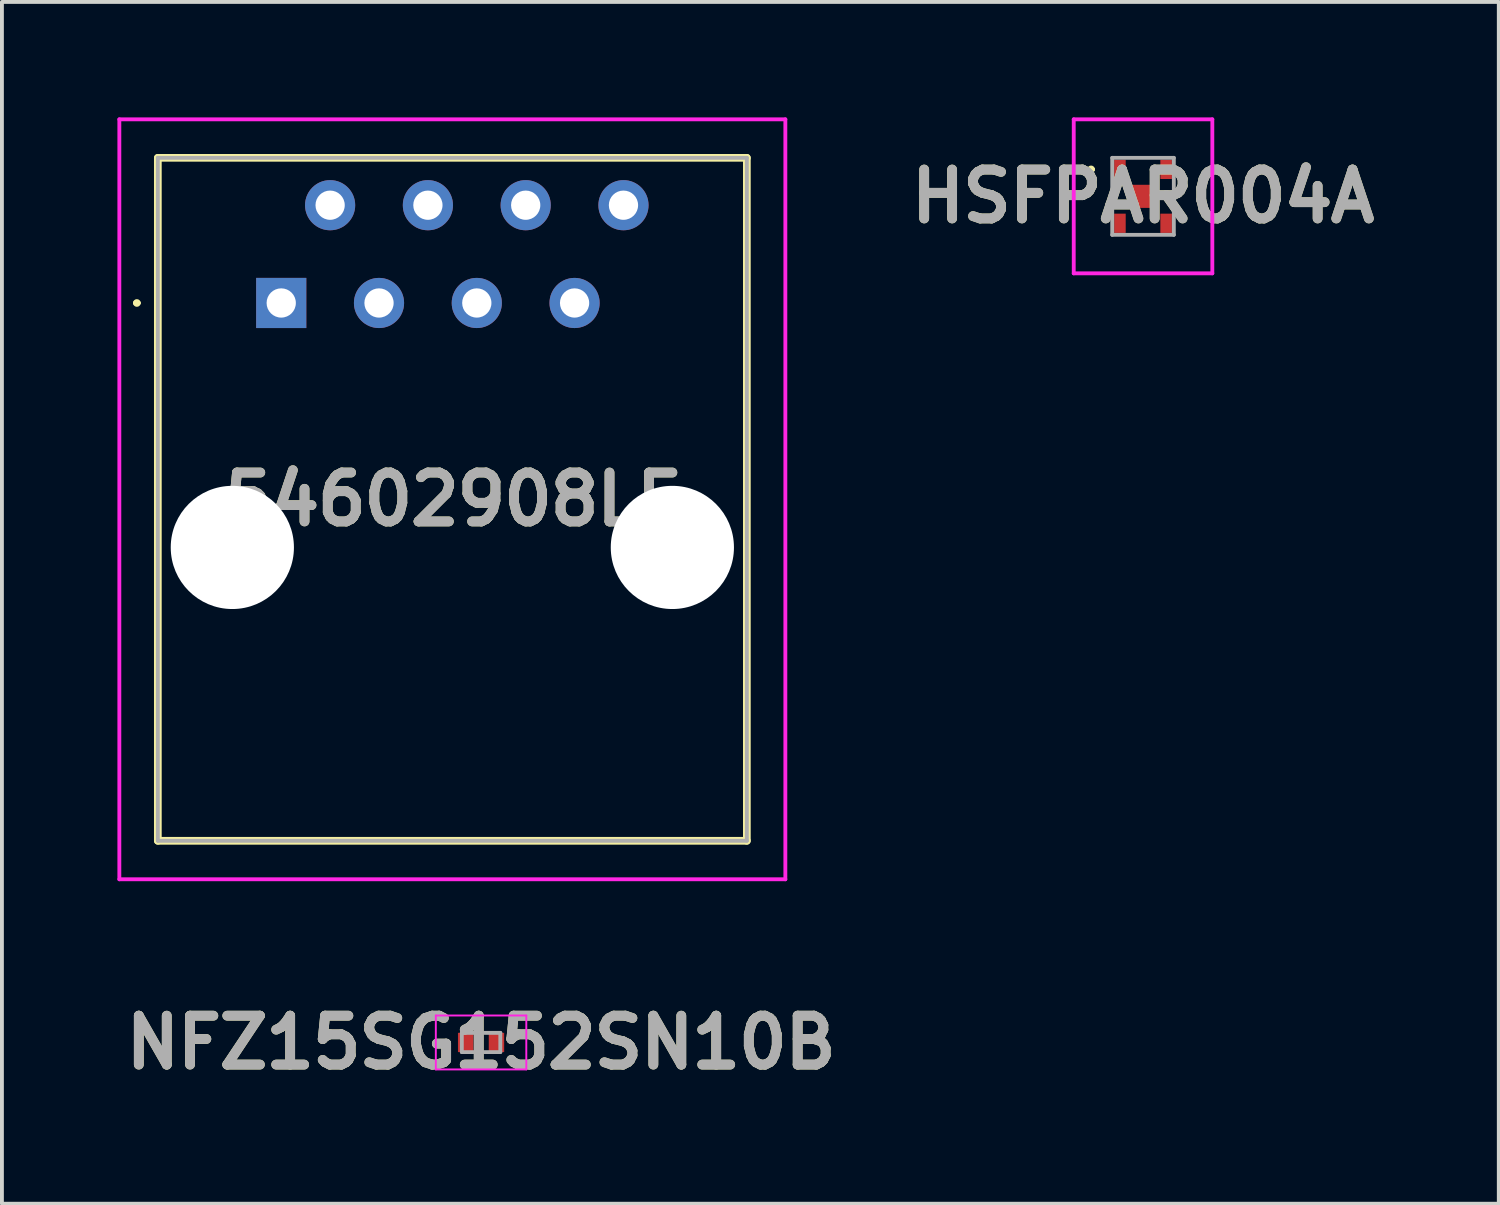
<source format=kicad_pcb>
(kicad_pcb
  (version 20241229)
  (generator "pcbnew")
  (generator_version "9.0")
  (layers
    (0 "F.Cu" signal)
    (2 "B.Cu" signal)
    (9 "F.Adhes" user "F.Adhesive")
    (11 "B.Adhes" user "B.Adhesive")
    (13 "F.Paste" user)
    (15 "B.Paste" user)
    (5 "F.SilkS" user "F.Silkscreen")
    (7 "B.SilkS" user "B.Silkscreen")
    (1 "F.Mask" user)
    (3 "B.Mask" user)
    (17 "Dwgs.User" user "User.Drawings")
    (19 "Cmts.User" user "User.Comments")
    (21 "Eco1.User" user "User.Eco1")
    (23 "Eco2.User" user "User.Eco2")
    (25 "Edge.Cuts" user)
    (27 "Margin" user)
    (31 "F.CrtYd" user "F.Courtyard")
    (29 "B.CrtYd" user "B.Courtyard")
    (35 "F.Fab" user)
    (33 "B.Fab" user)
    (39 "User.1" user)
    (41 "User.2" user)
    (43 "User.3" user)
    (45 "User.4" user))
  (footprint "NFZ15SG152SN10B"
    (layer "F.Cu")
    (at 9.446 24.029)
    (property "Reference" "NFZ15SG152SN10B" (at 0 0 0) (layer "F.SilkS") (effects (font (size 1.27 1.27) (thickness 0.254))))
    (attr smd)
    (fp_line (start 0 -0.15) (end 0 0.15) (stroke (width 0.05) (type solid)) (layer "F.SilkS"))
    (fp_line (start -1.175 -0.7) (end 1.175 -0.7) (stroke (width 0.05) (type solid)) (layer "F.CrtYd"))
    (fp_line (start -1.175 0.7) (end -1.175 -0.7) (stroke (width 0.05) (type solid)) (layer "F.CrtYd"))
    (fp_line (start 1.175 -0.7) (end 1.175 0.7) (stroke (width 0.05) (type solid)) (layer "F.CrtYd"))
    (fp_line (start 1.175 0.7) (end -1.175 0.7) (stroke (width 0.05) (type solid)) (layer "F.CrtYd"))
    (fp_line (start -0.5 -0.25) (end 0.5 -0.25) (stroke (width 0.1) (type solid)) (layer "F.Fab"))
    (fp_line (start -0.5 0.25) (end -0.5 -0.25) (stroke (width 0.1) (type solid)) (layer "F.Fab"))
    (fp_line (start 0.5 -0.25) (end 0.5 0.25) (stroke (width 0.1) (type solid)) (layer "F.Fab"))
    (fp_line (start 0.5 0.25) (end -0.5 0.25) (stroke (width 0.1) (type solid)) (layer "F.Fab"))
    (fp_text user "${REFERENCE}" (at 0 0 0) (layer "F.Fab") (effects (font (size 1.27 1.27) (thickness 0.254))))
    (pad "1" smd rect (at -0.4 0) (size 0.4 0.5) (layers "F.Cu" "F.Mask" "F.Paste"))
    (pad "2" smd rect (at 0.4 0) (size 0.4 0.5) (layers "F.Cu" "F.Mask" "F.Paste")))
  (footprint "HSFPAR004A"
    (layer "F.Cu")
    (at 26.641 2.05)
    (property "Reference" "HSFPAR004A" (at 0 0 0) (layer "F.SilkS") (effects (font (size 1.27 1.27) (thickness 0.254))))
    (attr smd)
    (fp_line (start -1.4 -0.7) (end -1.4 -0.7) (stroke (width 0.1) (type solid)) (layer "F.SilkS"))
    (fp_line (start -1.3 -0.7) (end -1.3 -0.7) (stroke (width 0.1) (type solid)) (layer "F.SilkS"))
    (fp_arc (start -1.4 -0.7) (mid -1.35 -0.75) (end -1.3 -0.7) (stroke (width 0.1) (type solid)) (layer "F.SilkS"))
    (fp_arc (start -1.3 -0.7) (mid -1.35 -0.65) (end -1.4 -0.7) (stroke (width 0.1) (type solid)) (layer "F.SilkS"))
    (fp_line (start -1.8 -2) (end 1.8 -2) (stroke (width 0.1) (type solid)) (layer "F.CrtYd"))
    (fp_line (start -1.8 2) (end -1.8 -2) (stroke (width 0.1) (type solid)) (layer "F.CrtYd"))
    (fp_line (start 1.8 -2) (end 1.8 2) (stroke (width 0.1) (type solid)) (layer "F.CrtYd"))
    (fp_line (start 1.8 2) (end -1.8 2) (stroke (width 0.1) (type solid)) (layer "F.CrtYd"))
    (fp_line (start -0.8 -1) (end 0.8 -1) (stroke (width 0.1) (type solid)) (layer "F.Fab"))
    (fp_line (start -0.8 1) (end -0.8 -1) (stroke (width 0.1) (type solid)) (layer "F.Fab"))
    (fp_line (start 0.8 -1) (end 0.8 1) (stroke (width 0.1) (type solid)) (layer "F.Fab"))
    (fp_line (start 0.8 1) (end -0.8 1) (stroke (width 0.1) (type solid)) (layer "F.Fab"))
    (fp_text user "${REFERENCE}" (at 0 0 0) (layer "F.Fab") (effects (font (size 1.27 1.27) (thickness 0.254))))
    (pad "1" smd rect (at -0.6 -0.7) (size 0.3 0.5) (layers "F.Cu" "F.Mask" "F.Paste"))
    (pad "2" smd rect (at 0.6 -0.7) (size 0.3 0.5) (layers "F.Cu" "F.Mask" "F.Paste"))
    (pad "3" smd rect (at 0.6 0.7) (size 0.3 0.5) (layers "F.Cu" "F.Mask" "F.Paste"))
    (pad "4" smd rect (at -0.6 0.7) (size 0.3 0.5) (layers "F.Cu" "F.Mask" "F.Paste"))
    (pad "5" smd rect (at 0 0) (size 0.6 0.6) (layers "F.Cu" "F.Mask" "F.Paste")))
  (footprint "54602908LF"
    (layer "F.Cu")
    (at 4.255 4.82)
    (property "Reference" "54602908LF" (at 4.445 5.1 0) (layer "F.SilkS") (effects (font (size 1.27 1.27) (thickness 0.254))))
    (attr through_hole)
    (fp_line (start -3.8 0) (end -3.8 0) (stroke (width 0.1) (type solid)) (layer "F.SilkS"))
    (fp_line (start -3.7 0) (end -3.7 0) (stroke (width 0.1) (type solid)) (layer "F.SilkS"))
    (fp_line (start -3.205 -3.77) (end 12.095 -3.77) (stroke (width 0.2) (type solid)) (layer "F.SilkS"))
    (fp_line (start -3.205 13.97) (end -3.205 -3.77) (stroke (width 0.2) (type solid)) (layer "F.SilkS"))
    (fp_line (start 12.095 -3.77) (end 12.095 13.97) (stroke (width 0.2) (type solid)) (layer "F.SilkS"))
    (fp_line (start 12.095 13.97) (end -3.205 13.97) (stroke (width 0.2) (type solid)) (layer "F.SilkS"))
    (fp_arc (start -3.8 0) (mid -3.75 -0.05) (end -3.7 0) (stroke (width 0.1) (type solid)) (layer "F.SilkS"))
    (fp_arc (start -3.7 0) (mid -3.75 0.05) (end -3.8 0) (stroke (width 0.1) (type solid)) (layer "F.SilkS"))
    (fp_line (start -4.205 -4.77) (end 13.095 -4.77) (stroke (width 0.1) (type solid)) (layer "F.CrtYd"))
    (fp_line (start -4.205 14.97) (end -4.205 -4.77) (stroke (width 0.1) (type solid)) (layer "F.CrtYd"))
    (fp_line (start 13.095 -4.77) (end 13.095 14.97) (stroke (width 0.1) (type solid)) (layer "F.CrtYd"))
    (fp_line (start 13.095 14.97) (end -4.205 14.97) (stroke (width 0.1) (type solid)) (layer "F.CrtYd"))
    (fp_line (start -3.205 -3.77) (end 12.095 -3.77) (stroke (width 0.1) (type solid)) (layer "F.Fab"))
    (fp_line (start -3.205 13.97) (end -3.205 -3.77) (stroke (width 0.1) (type solid)) (layer "F.Fab"))
    (fp_line (start 12.095 -3.77) (end 12.095 13.97) (stroke (width 0.1) (type solid)) (layer "F.Fab"))
    (fp_line (start 12.095 13.97) (end -3.205 13.97) (stroke (width 0.1) (type solid)) (layer "F.Fab"))
    (fp_text user "${REFERENCE}" (at 4.445 5.1 0) (layer "F.Fab") (effects (font (size 1.27 1.27) (thickness 0.254))))
    (pad "" np_thru_hole circle (at -1.27 6.35) (size 3.2 3.2) (drill 3.2) (layers "*.Cu" "*.Mask"))
    (pad "" np_thru_hole circle (at 10.16 6.35) (size 3.2 3.2) (drill 3.2) (layers "*.Cu" "*.Mask"))
    (pad "1" thru_hole rect (at 0 0) (size 1.303 1.303) (drill 0.76) (layers "*.Cu" "*.Mask"))
    (pad "2" thru_hole circle (at 1.27 -2.54) (size 1.303 1.303) (drill 0.76) (layers "*.Cu" "*.Mask"))
    (pad "3" thru_hole circle (at 2.54 0) (size 1.303 1.303) (drill 0.76) (layers "*.Cu" "*.Mask"))
    (pad "4" thru_hole circle (at 3.81 -2.54) (size 1.303 1.303) (drill 0.76) (layers "*.Cu" "*.Mask"))
    (pad "5" thru_hole circle (at 5.08 0) (size 1.303 1.303) (drill 0.76) (layers "*.Cu" "*.Mask"))
    (pad "6" thru_hole circle (at 6.35 -2.54) (size 1.303 1.303) (drill 0.76) (layers "*.Cu" "*.Mask"))
    (pad "7" thru_hole circle (at 7.62 0) (size 1.303 1.303) (drill 0.76) (layers "*.Cu" "*.Mask"))
    (pad "8" thru_hole circle (at 8.89 -2.54) (size 1.303 1.303) (drill 0.76) (layers "*.Cu" "*.Mask")))
  (gr_rect
    (start -3 -3)
    (end 35.882 28.217)
    (stroke (width 0.1) (type default))
    (fill no)
    (layer "Edge.Cuts")))
</source>
